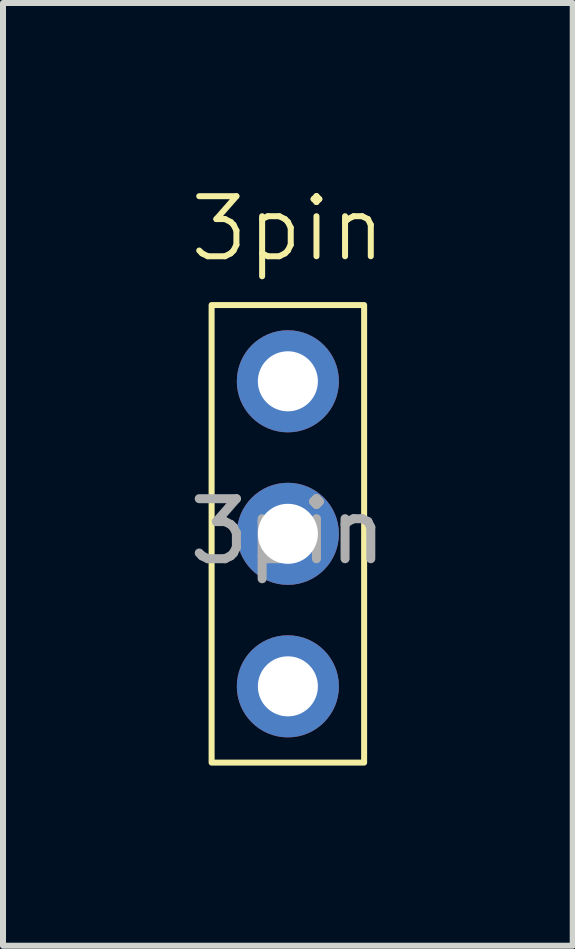
<source format=kicad_pcb>
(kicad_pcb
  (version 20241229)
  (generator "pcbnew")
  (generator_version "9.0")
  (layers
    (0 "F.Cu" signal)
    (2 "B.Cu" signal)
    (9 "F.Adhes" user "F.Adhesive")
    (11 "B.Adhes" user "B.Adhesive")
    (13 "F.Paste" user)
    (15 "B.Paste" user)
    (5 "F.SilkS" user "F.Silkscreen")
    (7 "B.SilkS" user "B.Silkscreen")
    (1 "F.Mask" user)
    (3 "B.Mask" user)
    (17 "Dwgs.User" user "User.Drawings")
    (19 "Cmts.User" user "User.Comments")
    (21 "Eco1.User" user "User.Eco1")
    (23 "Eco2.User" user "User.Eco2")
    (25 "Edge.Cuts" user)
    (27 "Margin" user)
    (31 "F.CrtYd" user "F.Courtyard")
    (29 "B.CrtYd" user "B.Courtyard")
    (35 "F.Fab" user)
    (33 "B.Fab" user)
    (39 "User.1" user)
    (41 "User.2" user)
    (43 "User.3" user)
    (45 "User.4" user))
  (footprint "3pin"
    (layer "F.Cu")
    (at 1.744 3.3)
    (property "Reference" "3pin" (at 0 -2.54 0) (unlocked yes) (layer "F.SilkS") (effects (font (size 1 1) (thickness 0.1))))
    (attr through_hole)
    (fp_rect (start -1.27 -1.27) (end 1.27 6.35) (stroke (width 0.1) (type default)) (fill no) (layer "F.SilkS"))
    (fp_text user "${REFERENCE}" (at 0 2.5 0) (unlocked yes) (layer "F.Fab") (effects (font (size 1 1) (thickness 0.15))))
    (pad "1" thru_hole circle (at 0 0) (size 1.7 1.7) (drill 1) (layers "*.Cu" "*.Mask"))
    (pad "2" thru_hole circle (at 0 2.54) (size 1.7 1.7) (drill 1) (layers "*.Cu" "*.Mask"))
    (pad "3" thru_hole circle (at 0 5.08) (size 1.7 1.7) (drill 1) (layers "*.Cu" "*.Mask")))
  (gr_rect
    (start -3 -3)
    (end 6.488 12.7)
    (stroke (width 0.1) (type default))
    (fill no)
    (layer "Edge.Cuts")))
</source>
